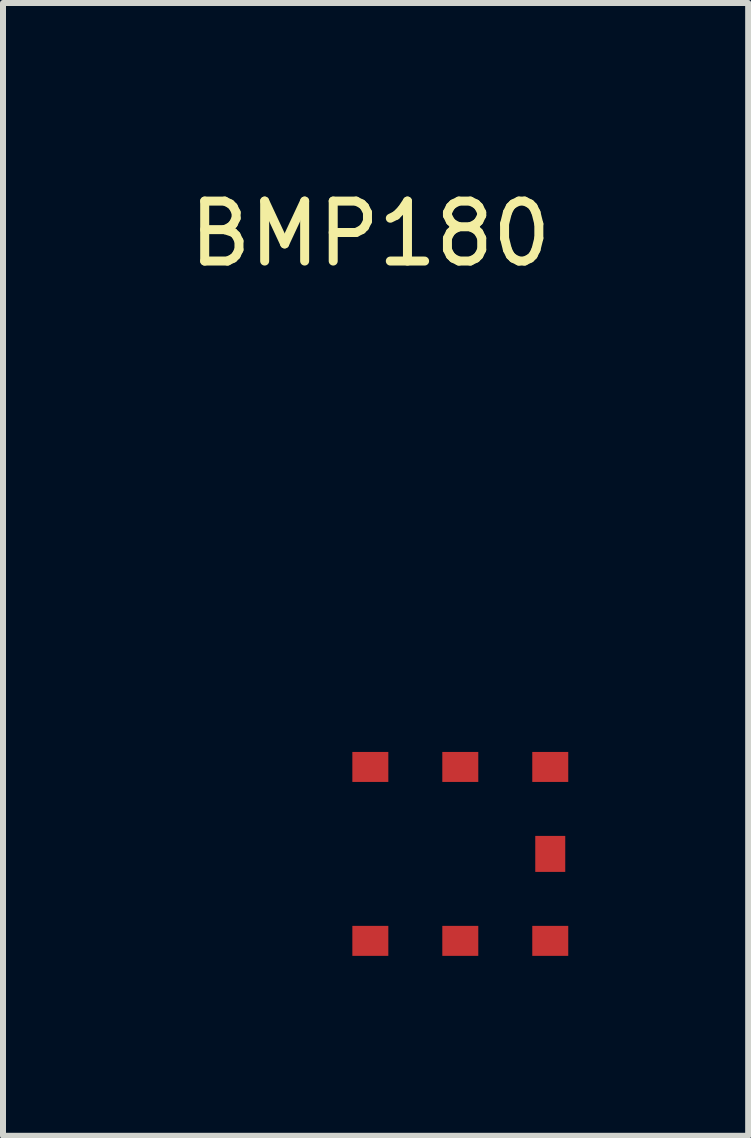
<source format=kicad_pcb>
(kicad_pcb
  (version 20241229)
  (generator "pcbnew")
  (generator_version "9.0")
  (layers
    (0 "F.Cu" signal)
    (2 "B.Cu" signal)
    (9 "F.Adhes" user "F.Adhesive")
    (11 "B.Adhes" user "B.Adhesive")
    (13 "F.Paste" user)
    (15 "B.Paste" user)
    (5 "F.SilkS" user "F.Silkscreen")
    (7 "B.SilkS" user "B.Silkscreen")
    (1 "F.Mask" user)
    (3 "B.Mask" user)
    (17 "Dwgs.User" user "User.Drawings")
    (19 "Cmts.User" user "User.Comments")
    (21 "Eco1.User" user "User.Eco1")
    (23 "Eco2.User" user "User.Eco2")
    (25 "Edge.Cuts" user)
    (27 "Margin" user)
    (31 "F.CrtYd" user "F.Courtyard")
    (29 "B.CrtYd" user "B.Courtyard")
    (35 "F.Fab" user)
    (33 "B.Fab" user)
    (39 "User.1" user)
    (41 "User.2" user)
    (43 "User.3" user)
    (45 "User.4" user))
  (footprint "BMP180"
    (layer "F.Cu")
    (at 3.125 9.738)
    (property "Reference" "BMP180" (at 0 -8.89 0) (layer "F.SilkS") (effects (font (size 1 1) (thickness 0.15))))
    (attr through_hole)
    (pad "1" smd rect (at 3 0) (size 0.6 0.5) (layers "F.Cu" "F.Mask" "F.Paste"))
    (pad "2" smd rect (at 1.5 0) (size 0.6 0.5) (layers "F.Cu" "F.Mask" "F.Paste"))
    (pad "3" smd rect (at 0 0) (size 0.6 0.5) (layers "F.Cu" "F.Mask" "F.Paste"))
    (pad "4" smd rect (at 0 2.9) (size 0.6 0.5) (layers "F.Cu" "F.Mask" "F.Paste"))
    (pad "5" smd rect (at 1.5 2.9) (size 0.6 0.5) (layers "F.Cu" "F.Mask" "F.Paste"))
    (pad "6" smd rect (at 3 2.9) (size 0.6 0.5) (layers "F.Cu" "F.Mask" "F.Paste"))
    (pad "7" smd rect (at 3 1.45) (size 0.5 0.6) (layers "F.Cu" "F.Mask" "F.Paste")))
  (gr_rect
    (start -3 -3)
    (end 9.425 15.888)
    (stroke (width 0.1) (type default))
    (fill no)
    (layer "Edge.Cuts")))
</source>
